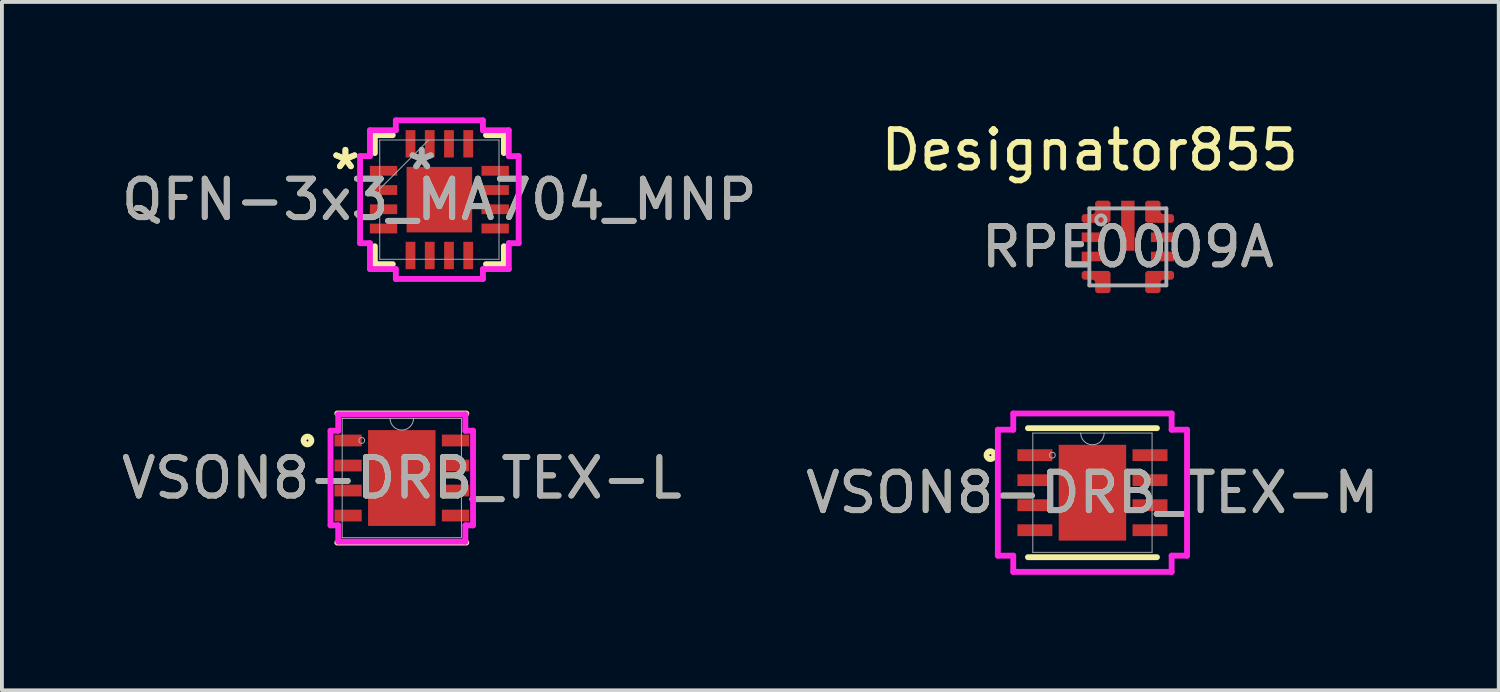
<source format=kicad_pcb>
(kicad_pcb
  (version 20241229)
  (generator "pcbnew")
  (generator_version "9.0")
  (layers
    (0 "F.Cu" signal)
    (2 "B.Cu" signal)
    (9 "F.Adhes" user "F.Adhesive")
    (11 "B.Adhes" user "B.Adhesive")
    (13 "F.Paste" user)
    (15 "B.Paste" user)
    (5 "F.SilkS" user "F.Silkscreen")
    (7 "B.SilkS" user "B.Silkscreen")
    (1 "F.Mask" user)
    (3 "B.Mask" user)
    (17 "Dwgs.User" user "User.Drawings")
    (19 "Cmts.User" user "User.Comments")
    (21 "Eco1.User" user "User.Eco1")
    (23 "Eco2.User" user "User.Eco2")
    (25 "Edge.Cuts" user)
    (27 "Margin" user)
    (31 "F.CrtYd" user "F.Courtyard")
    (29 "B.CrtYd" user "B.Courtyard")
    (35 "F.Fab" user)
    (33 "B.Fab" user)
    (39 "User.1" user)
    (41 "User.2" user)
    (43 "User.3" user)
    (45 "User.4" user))
  (footprint "QFN-3x3_MA704_MNP"
    (layer "F.Cu")
    (at 8.363 2.136)
    (property "Reference" "QFN-3x3_MA704_MNP" (at 0 0 0) (unlocked yes) (layer "F.SilkS") (effects (font (size 1 1) (thickness 0.15))))
    (attr smd)
    (fp_line (start -1.676 -1.676) (end -1.676 -1.21) (stroke (width 0.152) (type solid)) (layer "F.SilkS"))
    (fp_line (start -1.676 1.21) (end -1.676 1.676) (stroke (width 0.152) (type solid)) (layer "F.SilkS"))
    (fp_line (start -1.676 1.676) (end -1.21 1.676) (stroke (width 0.152) (type solid)) (layer "F.SilkS"))
    (fp_line (start -1.21 -1.676) (end -1.676 -1.676) (stroke (width 0.152) (type solid)) (layer "F.SilkS"))
    (fp_line (start 1.21 1.676) (end 1.676 1.676) (stroke (width 0.152) (type solid)) (layer "F.SilkS"))
    (fp_line (start 1.676 -1.676) (end 1.21 -1.676) (stroke (width 0.152) (type solid)) (layer "F.SilkS"))
    (fp_line (start 1.676 -1.21) (end 1.676 -1.676) (stroke (width 0.152) (type solid)) (layer "F.SilkS"))
    (fp_line (start 1.676 1.676) (end 1.676 1.21) (stroke (width 0.152) (type solid)) (layer "F.SilkS"))
    (fp_line (start -2.06 -1.131) (end -1.803 -1.131) (stroke (width 0.152) (type solid)) (layer "F.CrtYd"))
    (fp_line (start -2.06 1.131) (end -2.06 -1.131) (stroke (width 0.152) (type solid)) (layer "F.CrtYd"))
    (fp_line (start -1.803 -1.803) (end -1.131 -1.803) (stroke (width 0.152) (type solid)) (layer "F.CrtYd"))
    (fp_line (start -1.803 -1.131) (end -1.803 -1.803) (stroke (width 0.152) (type solid)) (layer "F.CrtYd"))
    (fp_line (start -1.803 1.131) (end -2.06 1.131) (stroke (width 0.152) (type solid)) (layer "F.CrtYd"))
    (fp_line (start -1.803 1.803) (end -1.803 1.131) (stroke (width 0.152) (type solid)) (layer "F.CrtYd"))
    (fp_line (start -1.131 -2.06) (end 1.131 -2.06) (stroke (width 0.152) (type solid)) (layer "F.CrtYd"))
    (fp_line (start -1.131 -1.803) (end -1.131 -2.06) (stroke (width 0.152) (type solid)) (layer "F.CrtYd"))
    (fp_line (start -1.131 1.803) (end -1.803 1.803) (stroke (width 0.152) (type solid)) (layer "F.CrtYd"))
    (fp_line (start -1.131 2.06) (end -1.131 1.803) (stroke (width 0.152) (type solid)) (layer "F.CrtYd"))
    (fp_line (start 1.131 -2.06) (end 1.131 -1.803) (stroke (width 0.152) (type solid)) (layer "F.CrtYd"))
    (fp_line (start 1.131 -1.803) (end 1.803 -1.803) (stroke (width 0.152) (type solid)) (layer "F.CrtYd"))
    (fp_line (start 1.131 1.803) (end 1.131 2.06) (stroke (width 0.152) (type solid)) (layer "F.CrtYd"))
    (fp_line (start 1.131 2.06) (end -1.131 2.06) (stroke (width 0.152) (type solid)) (layer "F.CrtYd"))
    (fp_line (start 1.803 -1.803) (end 1.803 -1.131) (stroke (width 0.152) (type solid)) (layer "F.CrtYd"))
    (fp_line (start 1.803 -1.131) (end 2.06 -1.131) (stroke (width 0.152) (type solid)) (layer "F.CrtYd"))
    (fp_line (start 1.803 1.131) (end 1.803 1.803) (stroke (width 0.152) (type solid)) (layer "F.CrtYd"))
    (fp_line (start 1.803 1.803) (end 1.131 1.803) (stroke (width 0.152) (type solid)) (layer "F.CrtYd"))
    (fp_line (start 2.06 -1.131) (end 2.06 1.131) (stroke (width 0.152) (type solid)) (layer "F.CrtYd"))
    (fp_line (start 2.06 1.131) (end 1.803 1.131) (stroke (width 0.152) (type solid)) (layer "F.CrtYd"))
    (fp_line (start -1.549 -1.549) (end -1.549 1.549) (stroke (width 0.025) (type solid)) (layer "F.Fab"))
    (fp_line (start -1.549 -0.279) (end -0.279 -1.549) (stroke (width 0.025) (type solid)) (layer "F.Fab"))
    (fp_line (start -1.549 1.549) (end 1.549 1.549) (stroke (width 0.025) (type solid)) (layer "F.Fab"))
    (fp_line (start 1.549 -1.549) (end -1.549 -1.549) (stroke (width 0.025) (type solid)) (layer "F.Fab"))
    (fp_line (start 1.549 1.549) (end 1.549 -1.549) (stroke (width 0.025) (type solid)) (layer "F.Fab"))
    (fp_text user "*" (at -2.441 -0.75 0) (unlocked yes) (layer "F.SilkS") (effects (font (size 1 1) (thickness 0.15))))
    (fp_text user "*" (at -2.441 -0.75 0) (layer "F.SilkS") (effects (font (size 1 1) (thickness 0.15))))
    (fp_text user "*" (at -0.459 -0.75 0) (layer "F.Fab") (effects (font (size 1 1) (thickness 0.15))))
    (fp_text user "${REFERENCE}" (at 0 0 0) (unlocked yes) (layer "F.Fab") (effects (font (size 1 1) (thickness 0.15))))
    (fp_text user "*" (at -0.459 -0.75 0) (unlocked yes) (layer "F.Fab") (effects (font (size 1 1) (thickness 0.15))))
    (pad "1" smd rect (at -1.45 -0.75) (size 0.711 0.254) (layers "F.Cu" "F.Mask" "F.Paste"))
    (pad "2" smd rect (at -1.45 -0.25) (size 0.711 0.254) (layers "F.Cu" "F.Mask" "F.Paste"))
    (pad "3" smd rect (at -1.45 0.25) (size 0.711 0.254) (layers "F.Cu" "F.Mask" "F.Paste"))
    (pad "4" smd rect (at -1.45 0.75) (size 0.711 0.254) (layers "F.Cu" "F.Mask" "F.Paste"))
    (pad "5" smd rect (at -0.75 1.45 90) (size 0.711 0.254) (layers "F.Cu" "F.Mask" "F.Paste"))
    (pad "6" smd rect (at -0.25 1.45 90) (size 0.711 0.254) (layers "F.Cu" "F.Mask" "F.Paste"))
    (pad "7" smd rect (at 0.25 1.45 90) (size 0.711 0.254) (layers "F.Cu" "F.Mask" "F.Paste"))
    (pad "8" smd rect (at 0.75 1.45 90) (size 0.711 0.254) (layers "F.Cu" "F.Mask" "F.Paste"))
    (pad "9" smd rect (at 1.45 0.75) (size 0.711 0.254) (layers "F.Cu" "F.Mask" "F.Paste"))
    (pad "10" smd rect (at 1.45 0.25) (size 0.711 0.254) (layers "F.Cu" "F.Mask" "F.Paste"))
    (pad "11" smd rect (at 1.45 -0.25) (size 0.711 0.254) (layers "F.Cu" "F.Mask" "F.Paste"))
    (pad "12" smd rect (at 1.45 -0.75) (size 0.711 0.254) (layers "F.Cu" "F.Mask" "F.Paste"))
    (pad "13" smd rect (at 0.75 -1.45 90) (size 0.711 0.254) (layers "F.Cu" "F.Mask" "F.Paste"))
    (pad "14" smd rect (at 0.25 -1.45 90) (size 0.711 0.254) (layers "F.Cu" "F.Mask" "F.Paste"))
    (pad "15" smd rect (at -0.25 -1.45 90) (size 0.711 0.254) (layers "F.Cu" "F.Mask" "F.Paste"))
    (pad "16" smd rect (at -0.75 -1.45 90) (size 0.711 0.254) (layers "F.Cu" "F.Mask" "F.Paste"))
    (pad "17" smd rect (at 0 0) (size 1.702 1.702) (layers "F.Cu" "F.Mask" "F.Paste")))
  (footprint "RPE0009A"
    (layer "F.Cu")
    (at 26.247 3.363)
    (property "Reference" "RPE0009A" (at 0 0 0) (unlocked yes) (layer "F.SilkS") (effects (font (size 1 1) (thickness 0.15))))
    (attr smd)
    (fp_poly (pts (xy -1.2 -0.675) (xy -1.2 -0.801) (xy -1.15 -0.851) (xy -0.9 -0.851) (xy -0.85 -0.901) (xy -0.85 -1.151) (xy -0.8 -1.201) (xy -0.5 -1.201) (xy -0.45 -1.151) (xy -0.45 -0.675) (xy -0.5 -0.625) (xy -1.15 -0.625)) (stroke (width 0) (type solid)) (fill yes) (layer "F.Cu"))
    (fp_poly (pts (xy -1.2 0.675) (xy -1.2 0.801) (xy -1.15 0.851) (xy -0.9 0.851) (xy -0.85 0.901) (xy -0.85 1.151) (xy -0.8 1.201) (xy -0.5 1.201) (xy -0.45 1.151) (xy -0.45 0.675) (xy -0.5 0.625) (xy -1.15 0.625)) (stroke (width 0) (type solid)) (fill yes) (layer "F.Cu"))
    (fp_poly (pts (xy 1.2 -0.675) (xy 1.2 -0.801) (xy 1.15 -0.851) (xy 0.9 -0.851) (xy 0.85 -0.901) (xy 0.85 -1.151) (xy 0.8 -1.201) (xy 0.5 -1.201) (xy 0.45 -1.151) (xy 0.45 -0.675) (xy 0.5 -0.625) (xy 1.15 -0.625)) (stroke (width 0) (type solid)) (fill yes) (layer "F.Cu"))
    (fp_poly (pts (xy 1.2 0.675) (xy 1.2 0.801) (xy 1.15 0.851) (xy 0.9 0.851) (xy 0.85 0.901) (xy 0.85 1.151) (xy 0.8 1.201) (xy 0.5 1.201) (xy 0.45 1.151) (xy 0.45 0.675) (xy 0.5 0.625) (xy 1.15 0.625)) (stroke (width 0) (type solid)) (fill yes) (layer "F.Cu"))
    (fp_poly (pts (xy -1.236 -0.64) (xy -1.242 -0.647) (xy -1.247 -0.656) (xy -1.25 -0.666) (xy -1.251 -0.675) (xy -1.251 -0.801) (xy -1.25 -0.81) (xy -1.247 -0.82) (xy -1.242 -0.829) (xy -1.236 -0.836) (xy -1.186 -0.886) (xy -1.178 -0.893) (xy -1.169 -0.897) (xy -1.16 -0.9) (xy -1.15 -0.901) (xy -0.921 -0.901) (xy -0.901 -0.922) (xy -0.901 -1.151) (xy -0.9 -1.16) (xy -0.897 -1.17) (xy -0.892 -1.179) (xy -0.886 -1.186) (xy -0.836 -1.236) (xy -0.828 -1.243) (xy -0.819 -1.247) (xy -0.81 -1.25) (xy -0.8 -1.251) (xy -0.5 -1.251) (xy -0.49 -1.25) (xy -0.481 -1.247) (xy -0.472 -1.243) (xy -0.464 -1.236) (xy -0.414 -1.186) (xy -0.408 -1.179) (xy -0.403 -1.17) (xy -0.4 -1.16) (xy -0.399 -1.151) (xy -0.399 -0.675) (xy -0.4 -0.666) (xy -0.403 -0.656) (xy -0.408 -0.647) (xy -0.414 -0.64) (xy -0.464 -0.59) (xy -0.472 -0.583) (xy -0.481 -0.579) (xy -0.49 -0.576) (xy -0.5 -0.575) (xy -1.15 -0.575) (xy -1.16 -0.576) (xy -1.169 -0.579) (xy -1.178 -0.583) (xy -1.186 -0.59)) (stroke (width 0) (type solid)) (fill yes) (layer "F.Mask"))
    (fp_poly (pts (xy -1.236 0.64) (xy -1.186 0.59) (xy -1.178 0.583) (xy -1.169 0.579) (xy -1.16 0.576) (xy -1.15 0.575) (xy -0.5 0.575) (xy -0.49 0.576) (xy -0.481 0.579) (xy -0.472 0.583) (xy -0.464 0.59) (xy -0.414 0.64) (xy -0.408 0.647) (xy -0.403 0.656) (xy -0.4 0.666) (xy -0.399 0.675) (xy -0.399 1.151) (xy -0.4 1.16) (xy -0.403 1.17) (xy -0.408 1.179) (xy -0.414 1.186) (xy -0.464 1.236) (xy -0.472 1.243) (xy -0.481 1.247) (xy -0.49 1.25) (xy -0.5 1.251) (xy -0.8 1.251) (xy -0.81 1.25) (xy -0.819 1.247) (xy -0.828 1.243) (xy -0.836 1.236) (xy -0.886 1.186) (xy -0.892 1.179) (xy -0.897 1.17) (xy -0.9 1.16) (xy -0.901 1.151) (xy -0.901 0.922) (xy -0.921 0.901) (xy -1.15 0.901) (xy -1.16 0.9) (xy -1.169 0.897) (xy -1.178 0.893) (xy -1.186 0.886) (xy -1.236 0.836) (xy -1.242 0.829) (xy -1.247 0.82) (xy -1.25 0.81) (xy -1.251 0.801) (xy -1.251 0.675) (xy -1.25 0.666) (xy -1.247 0.656) (xy -1.242 0.647)) (stroke (width 0) (type solid)) (fill yes) (layer "F.Mask"))
    (fp_poly (pts (xy 1.236 -0.64) (xy 1.186 -0.59) (xy 1.178 -0.583) (xy 1.169 -0.579) (xy 1.16 -0.576) (xy 1.15 -0.575) (xy 0.5 -0.575) (xy 0.49 -0.576) (xy 0.481 -0.579) (xy 0.472 -0.583) (xy 0.464 -0.59) (xy 0.414 -0.64) (xy 0.408 -0.647) (xy 0.403 -0.656) (xy 0.4 -0.666) (xy 0.399 -0.675) (xy 0.399 -1.151) (xy 0.4 -1.16) (xy 0.403 -1.17) (xy 0.408 -1.179) (xy 0.414 -1.186) (xy 0.464 -1.236) (xy 0.472 -1.243) (xy 0.481 -1.247) (xy 0.49 -1.25) (xy 0.5 -1.251) (xy 0.8 -1.251) (xy 0.81 -1.25) (xy 0.819 -1.247) (xy 0.828 -1.243) (xy 0.836 -1.236) (xy 0.886 -1.186) (xy 0.892 -1.179) (xy 0.897 -1.17) (xy 0.9 -1.16) (xy 0.901 -1.151) (xy 0.901 -0.922) (xy 0.921 -0.901) (xy 1.15 -0.901) (xy 1.16 -0.9) (xy 1.169 -0.897) (xy 1.178 -0.893) (xy 1.186 -0.886) (xy 1.236 -0.836) (xy 1.242 -0.829) (xy 1.247 -0.82) (xy 1.25 -0.81) (xy 1.251 -0.801) (xy 1.251 -0.675) (xy 1.25 -0.666) (xy 1.247 -0.656) (xy 1.242 -0.647)) (stroke (width 0) (type solid)) (fill yes) (layer "F.Mask"))
    (fp_poly (pts (xy 1.236 0.64) (xy 1.242 0.647) (xy 1.247 0.656) (xy 1.25 0.666) (xy 1.251 0.675) (xy 1.251 0.801) (xy 1.25 0.81) (xy 1.247 0.82) (xy 1.242 0.829) (xy 1.236 0.836) (xy 1.186 0.886) (xy 1.178 0.893) (xy 1.169 0.897) (xy 1.16 0.9) (xy 1.15 0.901) (xy 0.921 0.901) (xy 0.901 0.922) (xy 0.901 1.151) (xy 0.9 1.16) (xy 0.897 1.17) (xy 0.892 1.179) (xy 0.886 1.186) (xy 0.836 1.236) (xy 0.828 1.243) (xy 0.819 1.247) (xy 0.81 1.25) (xy 0.8 1.251) (xy 0.5 1.251) (xy 0.49 1.25) (xy 0.481 1.247) (xy 0.472 1.243) (xy 0.464 1.236) (xy 0.414 1.186) (xy 0.408 1.179) (xy 0.403 1.17) (xy 0.4 1.16) (xy 0.399 1.151) (xy 0.399 0.675) (xy 0.4 0.666) (xy 0.403 0.656) (xy 0.408 0.647) (xy 0.414 0.64) (xy 0.464 0.59) (xy 0.472 0.583) (xy 0.481 0.579) (xy 0.49 0.576) (xy 0.5 0.575) (xy 1.15 0.575) (xy 1.16 0.576) (xy 1.169 0.579) (xy 1.178 0.583) (xy 1.186 0.59)) (stroke (width 0) (type solid)) (fill yes) (layer "F.Mask"))
    (fp_poly (pts (xy -0.175 0.05) (xy -0.125 0.1) (xy 0.125 0.1) (xy 0.175 0.05) (xy 0.175 -0.4) (xy 0.125 -0.45) (xy -0.125 -0.45) (xy -0.175 -0.4)) (stroke (width 0) (type solid)) (fill yes) (layer "F.Paste"))
    (fp_poly (pts (xy 0.175 -1.15) (xy 0.125 -1.2) (xy -0.125 -1.2) (xy -0.175 -1.15) (xy -0.175 -0.7) (xy -0.125 -0.65) (xy 0.125 -0.65) (xy 0.175 -0.7)) (stroke (width 0) (type solid)) (fill yes) (layer "F.Paste"))
    (fp_poly (pts (xy 0.175 -1.15) (xy 0.125 -1.2) (xy -0.125 -1.2) (xy -0.175 -1.15) (xy -0.175 -0.7) (xy -0.125 -0.65) (xy 0.125 -0.65) (xy 0.175 -0.7)) (stroke (width 0) (type solid)) (fill yes) (layer "F.Paste"))
    (fp_poly (pts (xy -1.2 0.675) (xy -1.15 0.625) (xy -0.5 0.625) (xy -0.45 0.675) (xy -0.45 1.151) (xy -0.5 1.201) (xy -0.8 1.201) (xy -0.85 1.151) (xy -0.85 0.901) (xy -0.9 0.851) (xy -1.15 0.851) (xy -1.2 0.801)) (stroke (width 0) (type solid)) (fill yes) (layer "F.Paste"))
    (fp_poly (pts (xy -1.15 -0.851) (xy -1.2 -0.8) (xy -1.2 -0.675) (xy -1.15 -0.626) (xy -0.5 -0.626) (xy -0.45 -0.675) (xy -0.45 -1.075) (xy -0.5 -1.126) (xy -0.8 -1.126) (xy -0.85 -1.076) (xy -0.85 -0.901) (xy -0.9 -0.851)) (stroke (width 0) (type solid)) (fill yes) (layer "F.Paste"))
    (fp_poly (pts (xy 1.15 -0.851) (xy 1.2 -0.8) (xy 1.2 -0.675) (xy 1.15 -0.626) (xy 0.5 -0.626) (xy 0.45 -0.675) (xy 0.45 -1.075) (xy 0.5 -1.126) (xy 0.8 -1.126) (xy 0.85 -1.076) (xy 0.85 -0.901) (xy 0.9 -0.851)) (stroke (width 0) (type solid)) (fill yes) (layer "F.Paste"))
    (fp_poly (pts (xy 1.2 0.675) (xy 1.2 0.801) (xy 1.15 0.851) (xy 0.9 0.851) (xy 0.85 0.901) (xy 0.85 1.151) (xy 0.8 1.201) (xy 0.5 1.201) (xy 0.45 1.151) (xy 0.45 0.675) (xy 0.5 0.625) (xy 1.15 0.625)) (stroke (width 0) (type solid)) (fill yes) (layer "F.Paste"))
    (fp_line (start -1 -1) (end 1 -1) (stroke (width 0.1) (type solid)) (layer "F.Fab"))
    (fp_line (start -1 1) (end -1 -1) (stroke (width 0.1) (type solid)) (layer "F.Fab"))
    (fp_line (start -1 1) (end 1 1) (stroke (width 0.1) (type solid)) (layer "F.Fab"))
    (fp_line (start 1 1) (end 1 -1) (stroke (width 0.1) (type solid)) (layer "F.Fab"))
    (fp_circle (center -0.7 -0.7) (end -0.58 -0.7) (stroke (width 0.1) (type solid)) (fill no) (layer "F.Fab"))
    (fp_text user "Designator855" (at -0.991 -2.515 0) (unlocked yes) (layer "F.SilkS") (effects (font (size 1 1) (thickness 0.15))))
    (fp_text user "${REFERENCE}" (at 0 0 0) (unlocked yes) (layer "F.Fab") (effects (font (size 1 1) (thickness 0.15))))
    (pad "1" smd rect (at -0.9 -0.738) (size 0.2 0.2) (layers "F.Cu" "F.Mask" "F.Paste"))
    (pad "2" smd rect (at -0.9 -0.25) (size 0.6 0.25) (layers "F.Cu" "F.Mask" "F.Paste"))
    (pad "3" smd rect (at -0.9 0.25) (size 0.6 0.25) (layers "F.Cu" "F.Mask" "F.Paste"))
    (pad "4" smd rect (at -0.9 0.738) (size 0.2 0.2) (layers "F.Cu" "F.Mask" "F.Paste"))
    (pad "5" smd rect (at 0.9 0.738) (size 0.2 0.2) (layers "F.Cu" "F.Mask" "F.Paste"))
    (pad "6" smd rect (at 0.9 0.25) (size 0.6 0.25) (layers "F.Cu" "F.Mask" "F.Paste"))
    (pad "7" smd rect (at 0.9 -0.25) (size 0.6 0.25) (layers "F.Cu" "F.Mask" "F.Paste"))
    (pad "8" smd rect (at 0.9 -0.738) (size 0.2 0.2) (layers "F.Cu" "F.Mask" "F.Paste"))
    (pad "9" smd rect (at 0 -0.55) (size 0.35 1.3) (layers "F.Cu" "F.Mask")))
  (footprint "VSON8-DRB_TEX-L"
    (layer "F.Cu")
    (at 7.387 9.367)
    (property "Reference" "VSON8-DRB_TEX-L" (at 0 0 0) (unlocked yes) (layer "F.SilkS") (effects (font (size 1 1) (thickness 0.15))))
    (attr smd)
    (fp_line (start -1.676 1.676) (end 1.676 1.676) (stroke (width 0.152) (type solid)) (layer "F.SilkS"))
    (fp_line (start 1.676 -1.676) (end -1.676 -1.676) (stroke (width 0.152) (type solid)) (layer "F.SilkS"))
    (fp_circle (center -2.45 -0.975) (end -2.349 -0.975) (stroke (width 0.152) (type solid)) (fill no) (layer "F.SilkS"))
    (fp_line (start -1.851 -1.229) (end -1.651 -1.229) (stroke (width 0.152) (type solid)) (layer "F.CrtYd"))
    (fp_line (start -1.851 1.229) (end -1.851 -1.229) (stroke (width 0.152) (type solid)) (layer "F.CrtYd"))
    (fp_line (start -1.851 1.229) (end -1.651 1.229) (stroke (width 0.152) (type solid)) (layer "F.CrtYd"))
    (fp_line (start -1.651 -1.651) (end 1.651 -1.651) (stroke (width 0.152) (type solid)) (layer "F.CrtYd"))
    (fp_line (start -1.651 -1.229) (end -1.651 -1.651) (stroke (width 0.152) (type solid)) (layer "F.CrtYd"))
    (fp_line (start -1.651 1.651) (end -1.651 1.229) (stroke (width 0.152) (type solid)) (layer "F.CrtYd"))
    (fp_line (start 1.651 -1.651) (end 1.651 -1.229) (stroke (width 0.152) (type solid)) (layer "F.CrtYd"))
    (fp_line (start 1.651 1.229) (end 1.651 1.651) (stroke (width 0.152) (type solid)) (layer "F.CrtYd"))
    (fp_line (start 1.651 1.651) (end -1.651 1.651) (stroke (width 0.152) (type solid)) (layer "F.CrtYd"))
    (fp_line (start 1.851 -1.229) (end 1.651 -1.229) (stroke (width 0.152) (type solid)) (layer "F.CrtYd"))
    (fp_line (start 1.851 -1.229) (end 1.851 1.229) (stroke (width 0.152) (type solid)) (layer "F.CrtYd"))
    (fp_line (start 1.851 1.229) (end 1.651 1.229) (stroke (width 0.152) (type solid)) (layer "F.CrtYd"))
    (fp_line (start -1.549 -1.549) (end -1.549 1.549) (stroke (width 0.025) (type solid)) (layer "F.Fab"))
    (fp_line (start -1.549 1.549) (end 1.549 1.549) (stroke (width 0.025) (type solid)) (layer "F.Fab"))
    (fp_line (start 1.549 -1.549) (end -1.549 -1.549) (stroke (width 0.025) (type solid)) (layer "F.Fab"))
    (fp_line (start 1.549 1.549) (end 1.549 -1.549) (stroke (width 0.025) (type solid)) (layer "F.Fab"))
    (fp_arc (start 0.3048 -1.5494) (mid 0 -1.2446) (end -0.3048 -1.5494) (stroke (width 0.0254) (type solid)) (layer "F.Fab"))
    (fp_circle (center -1.041 -0.975) (end -0.965 -0.975) (stroke (width 0.025) (type solid)) (fill no) (layer "F.Fab"))
    (fp_text user "${REFERENCE}" (at 0 0 0) (unlocked yes) (layer "F.Fab") (effects (font (size 1 1) (thickness 0.15))))
    (pad "1" smd rect (at -1.395 -0.975) (size 0.708 0.306) (layers "F.Cu" "F.Mask" "F.Paste"))
    (pad "2" smd rect (at -1.395 -0.325) (size 0.708 0.306) (layers "F.Cu" "F.Mask" "F.Paste"))
    (pad "3" smd rect (at -1.395 0.325) (size 0.708 0.306) (layers "F.Cu" "F.Mask" "F.Paste"))
    (pad "4" smd rect (at -1.395 0.975) (size 0.708 0.306) (layers "F.Cu" "F.Mask" "F.Paste"))
    (pad "5" smd rect (at 1.395 0.975) (size 0.708 0.306) (layers "F.Cu" "F.Mask" "F.Paste"))
    (pad "6" smd rect (at 1.395 0.325) (size 0.708 0.306) (layers "F.Cu" "F.Mask" "F.Paste"))
    (pad "7" smd rect (at 1.395 -0.325) (size 0.708 0.306) (layers "F.Cu" "F.Mask" "F.Paste"))
    (pad "8" smd rect (at 1.395 -0.975) (size 0.708 0.306) (layers "F.Cu" "F.Mask" "F.Paste"))
    (pad "9" smd rect (at 0 0) (size 1.753 2.489) (layers "F.Cu" "F.Mask" "F.Paste")))
  (footprint "VSON8-DRB_TEX-M"
    (layer "F.Cu")
    (at 25.327 9.748)
    (property "Reference" "VSON8-DRB_TEX-M" (at 0 0 0) (unlocked yes) (layer "F.SilkS") (effects (font (size 1 1) (thickness 0.15))))
    (attr smd)
    (fp_line (start -1.676 1.676) (end 1.676 1.676) (stroke (width 0.152) (type solid)) (layer "F.SilkS"))
    (fp_line (start 1.676 -1.676) (end -1.676 -1.676) (stroke (width 0.152) (type solid)) (layer "F.SilkS"))
    (fp_circle (center -2.65 -0.975) (end -2.549 -0.975) (stroke (width 0.152) (type solid)) (fill no) (layer "F.SilkS"))
    (fp_line (start -2.457 -1.636) (end -2.057 -1.636) (stroke (width 0.152) (type solid)) (layer "F.CrtYd"))
    (fp_line (start -2.457 1.636) (end -2.457 -1.636) (stroke (width 0.152) (type solid)) (layer "F.CrtYd"))
    (fp_line (start -2.457 1.636) (end -2.057 1.636) (stroke (width 0.152) (type solid)) (layer "F.CrtYd"))
    (fp_line (start -2.057 -2.057) (end 2.057 -2.057) (stroke (width 0.152) (type solid)) (layer "F.CrtYd"))
    (fp_line (start -2.057 -1.636) (end -2.057 -2.057) (stroke (width 0.152) (type solid)) (layer "F.CrtYd"))
    (fp_line (start -2.057 2.057) (end -2.057 1.636) (stroke (width 0.152) (type solid)) (layer "F.CrtYd"))
    (fp_line (start 2.057 -2.057) (end 2.057 -1.636) (stroke (width 0.152) (type solid)) (layer "F.CrtYd"))
    (fp_line (start 2.057 1.636) (end 2.057 2.057) (stroke (width 0.152) (type solid)) (layer "F.CrtYd"))
    (fp_line (start 2.057 2.057) (end -2.057 2.057) (stroke (width 0.152) (type solid)) (layer "F.CrtYd"))
    (fp_line (start 2.457 -1.636) (end 2.057 -1.636) (stroke (width 0.152) (type solid)) (layer "F.CrtYd"))
    (fp_line (start 2.457 -1.636) (end 2.457 1.636) (stroke (width 0.152) (type solid)) (layer "F.CrtYd"))
    (fp_line (start 2.457 1.636) (end 2.057 1.636) (stroke (width 0.152) (type solid)) (layer "F.CrtYd"))
    (fp_line (start -1.549 -1.549) (end -1.549 1.549) (stroke (width 0.025) (type solid)) (layer "F.Fab"))
    (fp_line (start -1.549 1.549) (end 1.549 1.549) (stroke (width 0.025) (type solid)) (layer "F.Fab"))
    (fp_line (start 1.549 -1.549) (end -1.549 -1.549) (stroke (width 0.025) (type solid)) (layer "F.Fab"))
    (fp_line (start 1.549 1.549) (end 1.549 -1.549) (stroke (width 0.025) (type solid)) (layer "F.Fab"))
    (fp_arc (start 0.3048 -1.5494) (mid 0 -1.2446) (end -0.3048 -1.5494) (stroke (width 0.0254) (type solid)) (layer "F.Fab"))
    (fp_circle (center -1.041 -0.975) (end -0.965 -0.975) (stroke (width 0.025) (type solid)) (fill no) (layer "F.Fab"))
    (fp_text user "${REFERENCE}" (at 0 0 0) (unlocked yes) (layer "F.Fab") (effects (font (size 1 1) (thickness 0.15))))
    (pad "1" smd rect (at -1.495 -0.975) (size 0.908 0.306) (layers "F.Cu" "F.Mask" "F.Paste"))
    (pad "2" smd rect (at -1.495 -0.325) (size 0.908 0.306) (layers "F.Cu" "F.Mask" "F.Paste"))
    (pad "3" smd rect (at -1.495 0.325) (size 0.908 0.306) (layers "F.Cu" "F.Mask" "F.Paste"))
    (pad "4" smd rect (at -1.495 0.975) (size 0.908 0.306) (layers "F.Cu" "F.Mask" "F.Paste"))
    (pad "5" smd rect (at 1.495 0.975) (size 0.908 0.306) (layers "F.Cu" "F.Mask" "F.Paste"))
    (pad "6" smd rect (at 1.495 0.325) (size 0.908 0.306) (layers "F.Cu" "F.Mask" "F.Paste"))
    (pad "7" smd rect (at 1.495 -0.325) (size 0.908 0.306) (layers "F.Cu" "F.Mask" "F.Paste"))
    (pad "8" smd rect (at 1.495 -0.975) (size 0.908 0.306) (layers "F.Cu" "F.Mask" "F.Paste"))
    (pad "9" smd rect (at 0 0) (size 1.753 2.489) (layers "F.Cu" "F.Mask" "F.Paste")))
  (gr_rect
    (start -3 -3)
    (end 35.881 14.881)
    (stroke (width 0.1) (type default))
    (fill no)
    (layer "Edge.Cuts")))
</source>
